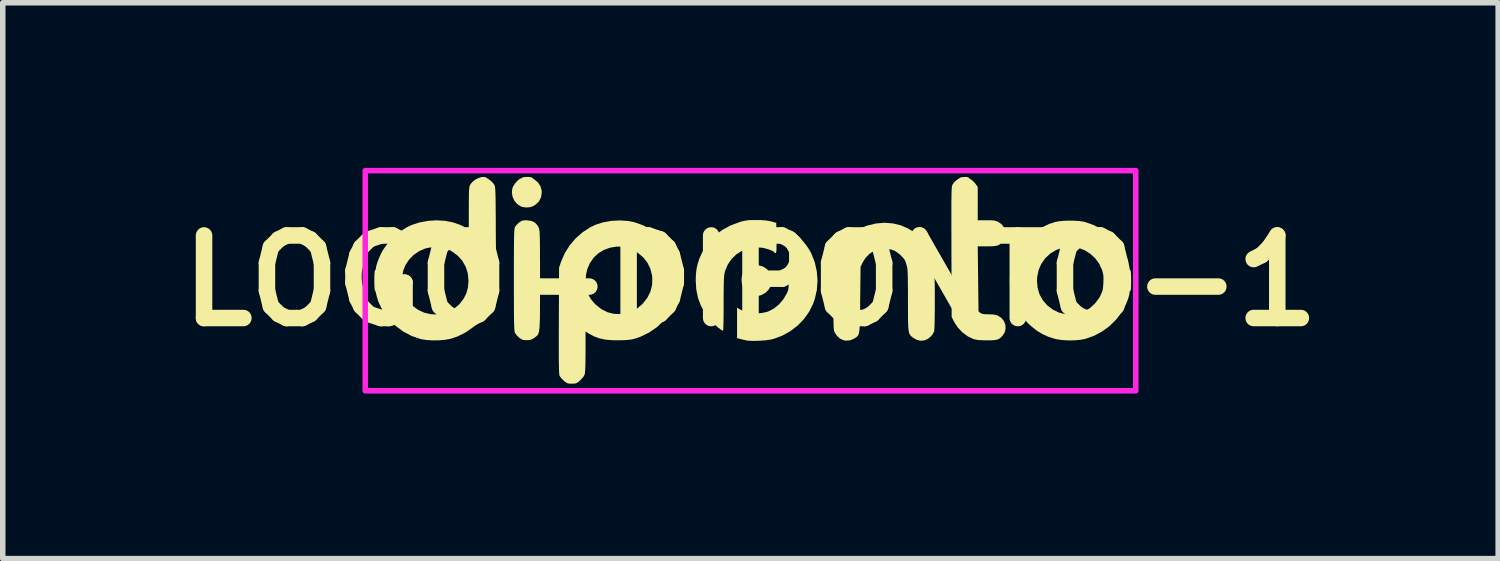
<source format=kicad_pcb>
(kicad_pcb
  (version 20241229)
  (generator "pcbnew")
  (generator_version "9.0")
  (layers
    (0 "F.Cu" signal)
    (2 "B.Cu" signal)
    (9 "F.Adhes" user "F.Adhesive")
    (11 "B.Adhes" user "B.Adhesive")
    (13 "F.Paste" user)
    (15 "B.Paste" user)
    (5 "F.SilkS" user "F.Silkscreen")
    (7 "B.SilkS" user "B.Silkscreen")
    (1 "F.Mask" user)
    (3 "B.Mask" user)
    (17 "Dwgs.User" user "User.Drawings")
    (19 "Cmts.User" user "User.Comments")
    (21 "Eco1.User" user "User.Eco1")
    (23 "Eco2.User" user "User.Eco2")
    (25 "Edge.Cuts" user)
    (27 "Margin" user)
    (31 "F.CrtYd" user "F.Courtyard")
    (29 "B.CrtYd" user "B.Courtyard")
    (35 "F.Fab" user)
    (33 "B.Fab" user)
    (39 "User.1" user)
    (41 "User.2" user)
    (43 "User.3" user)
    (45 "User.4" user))
  (footprint "LOGO-DIPONTO-1"
    (layer "F.Cu")
    (at 10.586 2.05)
    (property "Reference" "LOGO-DIPONTO-1" (at 0 0 0) (layer "F.SilkS") (effects (font (size 1.5 1.5) (thickness 0.3))))
    (attr board_only exclude_from_pos_files exclude_from_bom)
    (fp_poly (pts (xy 0.216 -0.261) (xy 0.238 -0.251) (xy 0.304 -0.206) (xy 0.35 -0.145) (xy 0.38 -0.066) (xy 0.387 0.014) (xy 0.369 0.091) (xy 0.331 0.161) (xy 0.275 0.218) (xy 0.204 0.258) (xy 0.185 0.265) (xy 0.141 0.277) (xy 0.111 0.282) (xy 0.085 0.28) (xy 0.049 0.272) (xy 0.047 0.272) (xy -0.034 0.241) (xy -0.096 0.191) (xy -0.137 0.124) (xy -0.158 0.039) (xy -0.16 0.014) (xy -0.161 -0.045) (xy -0.155 -0.089) (xy -0.139 -0.129) (xy -0.138 -0.13) (xy -0.088 -0.202) (xy -0.023 -0.252) (xy 0.052 -0.279) (xy 0.133 -0.283)) (stroke (width 0) (type solid)) (fill yes) (layer "F.SilkS"))
    (fp_poly (pts (xy -4.025 -1.884) (xy -3.991 -1.881) (xy -3.972 -1.876) (xy -3.971 -1.874) (xy -3.958 -1.861) (xy -3.929 -1.841) (xy -3.916 -1.832) (xy -3.857 -1.781) (xy -3.815 -1.713) (xy -3.794 -1.634) (xy -3.793 -1.602) (xy -3.805 -1.517) (xy -3.841 -1.444) (xy -3.901 -1.385) (xy -3.956 -1.351) (xy -4.009 -1.335) (xy -4.074 -1.33) (xy -4.137 -1.338) (xy -4.17 -1.348) (xy -4.239 -1.393) (xy -4.291 -1.455) (xy -4.324 -1.529) (xy -4.336 -1.61) (xy -4.326 -1.68) (xy -4.309 -1.719) (xy -4.281 -1.762) (xy -4.246 -1.804) (xy -4.21 -1.837) (xy -4.18 -1.856) (xy -4.17 -1.858) (xy -4.152 -1.865) (xy -4.15 -1.871) (xy -4.138 -1.878) (xy -4.107 -1.883) (xy -4.067 -1.885)) (stroke (width 0) (type solid)) (fill yes) (layer "F.SilkS"))
    (fp_poly (pts (xy 0.726 -0.917) (xy 0.776 -0.889) (xy 0.835 -0.841) (xy 0.899 -0.779) (xy 0.962 -0.708) (xy 1.022 -0.631) (xy 1.073 -0.554) (xy 1.105 -0.495) (xy 1.168 -0.335) (xy 1.205 -0.168) (xy 1.218 0.002) (xy 1.205 0.171) (xy 1.167 0.337) (xy 1.139 0.417) (xy 1.066 0.564) (xy 0.971 0.697) (xy 0.856 0.816) (xy 0.724 0.917) (xy 0.578 0.998) (xy 0.42 1.057) (xy 0.393 1.064) (xy 0.337 1.075) (xy 0.264 1.084) (xy 0.182 1.09) (xy 0.098 1.093) (xy 0.02 1.093) (xy -0.044 1.09) (xy -0.076 1.085) (xy -0.128 1.073) (xy -0.182 1.06) (xy -0.188 1.058) (xy -0.244 1.043) (xy -0.244 0.765) (xy -0.244 0.488) (xy -0.193 0.521) (xy -0.111 0.561) (xy -0.013 0.586) (xy 0.094 0.595) (xy 0.202 0.588) (xy 0.303 0.566) (xy 0.325 0.558) (xy 0.427 0.505) (xy 0.519 0.43) (xy 0.599 0.335) (xy 0.663 0.225) (xy 0.672 0.203) (xy 0.679 0.186) (xy 0.684 0.167) (xy 0.689 0.142) (xy 0.692 0.109) (xy 0.695 0.066) (xy 0.697 0.009) (xy 0.699 -0.064) (xy 0.7 -0.156) (xy 0.702 -0.27) (xy 0.703 -0.391) (xy 0.704 -0.527) (xy 0.705 -0.639) (xy 0.706 -0.728) (xy 0.708 -0.797) (xy 0.71 -0.847) (xy 0.713 -0.883) (xy 0.716 -0.904) (xy 0.72 -0.915) (xy 0.725 -0.917)) (stroke (width 0) (type solid)) (fill yes) (layer "F.SilkS"))
    (fp_poly (pts (xy 0.197 -1.101) (xy 0.272 -1.095) (xy 0.335 -1.086) (xy 0.373 -1.077) (xy 0.468 -1.051) (xy 0.472 -0.776) (xy 0.473 -0.682) (xy 0.473 -0.612) (xy 0.472 -0.563) (xy 0.469 -0.53) (xy 0.465 -0.511) (xy 0.46 -0.503) (xy 0.455 -0.502) (xy 0.436 -0.508) (xy 0.434 -0.513) (xy 0.422 -0.528) (xy 0.389 -0.546) (xy 0.341 -0.565) (xy 0.286 -0.582) (xy 0.227 -0.596) (xy 0.203 -0.6) (xy 0.077 -0.605) (xy -0.043 -0.586) (xy -0.155 -0.543) (xy -0.256 -0.479) (xy -0.342 -0.397) (xy -0.411 -0.297) (xy -0.46 -0.182) (xy -0.467 -0.156) (xy -0.473 -0.129) (xy -0.478 -0.095) (xy -0.481 -0.052) (xy -0.484 0.004) (xy -0.486 0.076) (xy -0.487 0.166) (xy -0.488 0.277) (xy -0.488 0.413) (xy -0.488 0.416) (xy -0.488 0.529) (xy -0.489 0.632) (xy -0.49 0.724) (xy -0.492 0.8) (xy -0.494 0.858) (xy -0.496 0.895) (xy -0.498 0.909) (xy -0.516 0.902) (xy -0.544 0.885) (xy -0.547 0.883) (xy -0.596 0.845) (xy -0.653 0.792) (xy -0.712 0.731) (xy -0.768 0.667) (xy -0.813 0.609) (xy -0.821 0.597) (xy -0.9 0.456) (xy -0.954 0.312) (xy -0.985 0.16) (xy -0.995 0) (xy -0.992 -0.113) (xy -0.981 -0.21) (xy -0.961 -0.301) (xy -0.93 -0.398) (xy -0.92 -0.422) (xy -0.849 -0.573) (xy -0.755 -0.708) (xy -0.642 -0.825) (xy -0.508 -0.925) (xy -0.355 -1.007) (xy -0.194 -1.066) (xy -0.138 -1.082) (xy -0.088 -1.092) (xy -0.036 -1.099) (xy 0.026 -1.102) (xy 0.102 -1.102)) (stroke (width 0) (type solid)) (fill yes) (layer "F.SilkS"))
    (fp_poly (pts (xy -4.051 -1.096) (xy -3.974 -1.084) (xy -3.916 -1.055) (xy -3.872 -1.007) (xy -3.853 -0.972) (xy -3.847 -0.96) (xy -3.842 -0.947) (xy -3.838 -0.931) (xy -3.835 -0.911) (xy -3.832 -0.884) (xy -3.83 -0.847) (xy -3.828 -0.8) (xy -3.827 -0.74) (xy -3.826 -0.664) (xy -3.825 -0.572) (xy -3.825 -0.461) (xy -3.824 -0.328) (xy -3.824 -0.172) (xy -3.824 -0.006) (xy -3.824 0.179) (xy -3.824 0.338) (xy -3.825 0.474) (xy -3.825 0.59) (xy -3.826 0.685) (xy -3.829 0.764) (xy -3.832 0.828) (xy -3.836 0.878) (xy -3.842 0.918) (xy -3.849 0.948) (xy -3.858 0.97) (xy -3.868 0.988) (xy -3.881 1.002) (xy -3.897 1.015) (xy -3.914 1.029) (xy -3.922 1.035) (xy -3.967 1.064) (xy -4.016 1.078) (xy -4.044 1.08) (xy -4.093 1.08) (xy -4.135 1.075) (xy -4.15 1.07) (xy -4.195 1.042) (xy -4.241 0.999) (xy -4.276 0.953) (xy -4.28 0.947) (xy -4.284 0.935) (xy -4.287 0.917) (xy -4.29 0.888) (xy -4.292 0.849) (xy -4.294 0.796) (xy -4.296 0.728) (xy -4.297 0.644) (xy -4.298 0.541) (xy -4.298 0.417) (xy -4.299 0.271) (xy -4.299 0.101) (xy -4.299 -0.016) (xy -4.299 -0.197) (xy -4.299 -0.353) (xy -4.298 -0.486) (xy -4.298 -0.598) (xy -4.297 -0.691) (xy -4.296 -0.766) (xy -4.295 -0.826) (xy -4.293 -0.873) (xy -4.291 -0.909) (xy -4.288 -0.935) (xy -4.285 -0.954) (xy -4.281 -0.968) (xy -4.277 -0.978) (xy -4.272 -0.986) (xy -4.244 -1.021) (xy -4.205 -1.056) (xy -4.191 -1.066) (xy -4.157 -1.086) (xy -4.125 -1.096) (xy -4.084 -1.098)) (stroke (width 0) (type solid)) (fill yes) (layer "F.SilkS"))
    (fp_poly (pts (xy 3.936 -1.883) (xy 3.957 -1.878) (xy 3.96 -1.875) (xy 3.971 -1.862) (xy 3.997 -1.844) (xy 4.004 -1.84) (xy 4.039 -1.814) (xy 4.075 -1.777) (xy 4.089 -1.759) (xy 4.129 -1.702) (xy 4.129 -1.4) (xy 4.129 -1.098) (xy 4.284 -1.098) (xy 4.357 -1.098) (xy 4.409 -1.095) (xy 4.448 -1.088) (xy 4.48 -1.078) (xy 4.498 -1.07) (xy 4.561 -1.026) (xy 4.606 -0.969) (xy 4.63 -0.902) (xy 4.634 -0.832) (xy 4.615 -0.764) (xy 4.581 -0.711) (xy 4.548 -0.677) (xy 4.517 -0.653) (xy 4.48 -0.637) (xy 4.433 -0.629) (xy 4.37 -0.625) (xy 4.296 -0.624) (xy 4.129 -0.624) (xy 4.136 -0.033) (xy 4.143 0.558) (xy 4.175 0.584) (xy 4.197 0.598) (xy 4.227 0.606) (xy 4.271 0.61) (xy 4.324 0.611) (xy 4.4 0.613) (xy 4.456 0.622) (xy 4.497 0.636) (xy 4.56 0.678) (xy 4.605 0.735) (xy 4.631 0.801) (xy 4.635 0.871) (xy 4.618 0.94) (xy 4.581 0.998) (xy 4.549 1.031) (xy 4.518 1.055) (xy 4.483 1.07) (xy 4.438 1.079) (xy 4.377 1.083) (xy 4.294 1.084) (xy 4.289 1.084) (xy 4.204 1.082) (xy 4.14 1.078) (xy 4.09 1.07) (xy 4.048 1.059) (xy 4.045 1.058) (xy 3.944 1.009) (xy 3.849 0.938) (xy 3.766 0.85) (xy 3.701 0.751) (xy 3.693 0.735) (xy 3.655 0.658) (xy 3.651 -0.522) (xy 3.651 -0.728) (xy 3.65 -0.909) (xy 3.65 -1.066) (xy 3.65 -1.202) (xy 3.65 -1.317) (xy 3.65 -1.414) (xy 3.651 -1.494) (xy 3.652 -1.559) (xy 3.653 -1.611) (xy 3.655 -1.652) (xy 3.657 -1.683) (xy 3.66 -1.706) (xy 3.663 -1.723) (xy 3.667 -1.736) (xy 3.671 -1.745) (xy 3.673 -1.749) (xy 3.702 -1.789) (xy 3.74 -1.824) (xy 3.744 -1.827) (xy 3.778 -1.85) (xy 3.803 -1.868) (xy 3.807 -1.871) (xy 3.827 -1.879) (xy 3.862 -1.883) (xy 3.901 -1.885)) (stroke (width 0) (type solid)) (fill yes) (layer "F.SilkS"))
    (fp_poly (pts (xy 5.876 -1.09) (xy 5.966 -1.085) (xy 6.041 -1.075) (xy 6.069 -1.069) (xy 6.24 -1.009) (xy 6.395 -0.928) (xy 6.533 -0.826) (xy 6.654 -0.703) (xy 6.755 -0.563) (xy 6.789 -0.502) (xy 6.821 -0.433) (xy 6.85 -0.362) (xy 6.873 -0.295) (xy 6.886 -0.241) (xy 6.889 -0.216) (xy 6.895 -0.195) (xy 6.903 -0.19) (xy 6.908 -0.177) (xy 6.913 -0.139) (xy 6.915 -0.079) (xy 6.916 -0.000026) (xy 6.916 0.001) (xy 6.915 0.084) (xy 6.913 0.142) (xy 6.908 0.175) (xy 6.903 0.183) (xy 6.892 0.188) (xy 6.889 0.206) (xy 6.881 0.261) (xy 6.86 0.332) (xy 6.829 0.412) (xy 6.79 0.494) (xy 6.745 0.572) (xy 6.743 0.576) (xy 6.641 0.71) (xy 6.52 0.828) (xy 6.383 0.927) (xy 6.234 1.005) (xy 6.077 1.059) (xy 5.987 1.075) (xy 5.881 1.084) (xy 5.769 1.085) (xy 5.659 1.078) (xy 5.562 1.064) (xy 5.533 1.057) (xy 5.412 1.019) (xy 5.304 0.97) (xy 5.2 0.906) (xy 5.096 0.823) (xy 5.049 0.781) (xy 4.937 0.659) (xy 4.847 0.524) (xy 4.779 0.378) (xy 4.734 0.223) (xy 4.713 0.063) (xy 4.713 0) (xy 5.205 0) (xy 5.217 0.131) (xy 5.252 0.25) (xy 5.313 0.357) (xy 5.392 0.448) (xy 5.494 0.526) (xy 5.606 0.58) (xy 5.727 0.609) (xy 5.854 0.613) (xy 5.973 0.594) (xy 6.075 0.555) (xy 6.172 0.494) (xy 6.259 0.414) (xy 6.331 0.32) (xy 6.36 0.267) (xy 6.381 0.22) (xy 6.396 0.18) (xy 6.404 0.137) (xy 6.409 0.083) (xy 6.412 0.035) (xy 6.414 -0.035) (xy 6.412 -0.088) (xy 6.406 -0.132) (xy 6.393 -0.178) (xy 6.388 -0.195) (xy 6.338 -0.305) (xy 6.266 -0.404) (xy 6.176 -0.487) (xy 6.074 -0.552) (xy 5.99 -0.585) (xy 5.881 -0.607) (xy 5.767 -0.609) (xy 5.657 -0.594) (xy 5.558 -0.56) (xy 5.447 -0.493) (xy 5.356 -0.408) (xy 5.284 -0.307) (xy 5.235 -0.193) (xy 5.209 -0.067) (xy 5.205 0) (xy 4.713 0) (xy 4.715 -0.099) (xy 4.741 -0.261) (xy 4.792 -0.419) (xy 4.837 -0.518) (xy 4.919 -0.647) (xy 5.022 -0.765) (xy 5.144 -0.871) (xy 5.279 -0.96) (xy 5.423 -1.03) (xy 5.533 -1.066) (xy 5.6 -1.079) (xy 5.685 -1.088) (xy 5.78 -1.091)) (stroke (width 0) (type solid)) (fill yes) (layer "F.SilkS"))
    (fp_poly (pts (xy 2.585 -1.041) (xy 2.731 -1.006) (xy 2.867 -0.947) (xy 2.992 -0.866) (xy 3.104 -0.764) (xy 3.2 -0.642) (xy 3.227 -0.598) (xy 3.276 -0.503) (xy 3.31 -0.406) (xy 3.334 -0.296) (xy 3.335 -0.285) (xy 3.339 -0.249) (xy 3.342 -0.191) (xy 3.344 -0.114) (xy 3.346 -0.022) (xy 3.348 0.08) (xy 3.349 0.191) (xy 3.349 0.305) (xy 3.349 0.419) (xy 3.349 0.531) (xy 3.347 0.635) (xy 3.346 0.729) (xy 3.344 0.809) (xy 3.341 0.871) (xy 3.338 0.912) (xy 3.336 0.924) (xy 3.31 0.974) (xy 3.267 1.022) (xy 3.213 1.062) (xy 3.161 1.085) (xy 3.087 1.091) (xy 3.012 1.07) (xy 2.952 1.034) (xy 2.931 1.018) (xy 2.913 1.002) (xy 2.899 0.984) (xy 2.887 0.963) (xy 2.878 0.934) (xy 2.872 0.895) (xy 2.867 0.845) (xy 2.864 0.78) (xy 2.862 0.697) (xy 2.862 0.595) (xy 2.861 0.47) (xy 2.861 0.356) (xy 2.861 0.207) (xy 2.86 0.083) (xy 2.859 -0.019) (xy 2.857 -0.1) (xy 2.855 -0.163) (xy 2.851 -0.209) (xy 2.847 -0.242) (xy 2.843 -0.259) (xy 2.832 -0.297) (xy 2.825 -0.323) (xy 2.823 -0.329) (xy 2.804 -0.374) (xy 2.765 -0.425) (xy 2.713 -0.477) (xy 2.652 -0.523) (xy 2.615 -0.545) (xy 2.553 -0.567) (xy 2.477 -0.577) (xy 2.394 -0.578) (xy 2.316 -0.567) (xy 2.251 -0.546) (xy 2.249 -0.545) (xy 2.163 -0.489) (xy 2.09 -0.414) (xy 2.036 -0.328) (xy 2 -0.251) (xy 1.993 0.346) (xy 1.992 0.494) (xy 1.99 0.618) (xy 1.988 0.719) (xy 1.986 0.801) (xy 1.982 0.865) (xy 1.977 0.915) (xy 1.971 0.952) (xy 1.962 0.98) (xy 1.951 1.001) (xy 1.936 1.016) (xy 1.919 1.03) (xy 1.898 1.043) (xy 1.888 1.05) (xy 1.813 1.083) (xy 1.735 1.09) (xy 1.691 1.082) (xy 1.631 1.054) (xy 1.576 1.007) (xy 1.535 0.949) (xy 1.519 0.91) (xy 1.515 0.884) (xy 1.511 0.842) (xy 1.509 0.782) (xy 1.508 0.702) (xy 1.507 0.601) (xy 1.507 0.477) (xy 1.508 0.327) (xy 1.509 0.279) (xy 1.51 0.131) (xy 1.512 0.007) (xy 1.514 -0.096) (xy 1.517 -0.18) (xy 1.521 -0.249) (xy 1.526 -0.306) (xy 1.533 -0.353) (xy 1.542 -0.394) (xy 1.554 -0.431) (xy 1.568 -0.468) (xy 1.585 -0.507) (xy 1.593 -0.524) (xy 1.657 -0.638) (xy 1.743 -0.745) (xy 1.844 -0.842) (xy 1.956 -0.923) (xy 2.073 -0.983) (xy 2.12 -1.001) (xy 2.278 -1.039) (xy 2.433 -1.053)) (stroke (width 0) (type solid)) (fill yes) (layer "F.SilkS"))
    (fp_poly (pts (xy -2.223 -1.085) (xy -2.116 -1.064) (xy -1.958 -1.009) (xy -1.811 -0.931) (xy -1.676 -0.83) (xy -1.556 -0.71) (xy -1.455 -0.573) (xy -1.447 -0.56) (xy -1.422 -0.519) (xy -1.404 -0.487) (xy -1.397 -0.471) (xy -1.397 -0.471) (xy -1.392 -0.456) (xy -1.38 -0.425) (xy -1.374 -0.412) (xy -1.34 -0.31) (xy -1.318 -0.191) (xy -1.306 -0.062) (xy -1.306 0.07) (xy -1.319 0.197) (xy -1.342 0.31) (xy -1.399 0.463) (xy -1.48 0.604) (xy -1.582 0.733) (xy -1.703 0.846) (xy -1.841 0.941) (xy -1.994 1.016) (xy -2.045 1.035) (xy -2.097 1.052) (xy -2.142 1.064) (xy -2.189 1.072) (xy -2.244 1.078) (xy -2.316 1.081) (xy -2.353 1.082) (xy -2.5 1.082) (xy -2.627 1.072) (xy -2.737 1.05) (xy -2.835 1.015) (xy -2.926 0.968) (xy -2.933 0.963) (xy -2.997 0.923) (xy -2.997 1.285) (xy -2.998 1.389) (xy -2.999 1.484) (xy -3.001 1.566) (xy -3.004 1.633) (xy -3.008 1.678) (xy -3.011 1.698) (xy -3.036 1.747) (xy -3.085 1.801) (xy -3.094 1.81) (xy -3.132 1.843) (xy -3.161 1.861) (xy -3.191 1.869) (xy -3.232 1.871) (xy -3.246 1.871) (xy -3.295 1.87) (xy -3.328 1.862) (xy -3.359 1.844) (xy -3.392 1.818) (xy -3.429 1.782) (xy -3.458 1.746) (xy -3.47 1.726) (xy -3.474 1.71) (xy -3.476 1.679) (xy -3.479 1.633) (xy -3.48 1.568) (xy -3.482 1.485) (xy -3.483 1.381) (xy -3.483 1.256) (xy -3.483 1.107) (xy -3.483 0.935) (xy -3.482 0.736) (xy -3.482 0.725) (xy -3.479 0.021) (xy -2.996 0.021) (xy -2.979 0.143) (xy -2.939 0.264) (xy -2.922 0.298) (xy -2.897 0.338) (xy -2.859 0.385) (xy -2.816 0.432) (xy -2.809 0.438) (xy -2.706 0.519) (xy -2.596 0.574) (xy -2.478 0.603) (xy -2.354 0.606) (xy -2.252 0.589) (xy -2.149 0.556) (xy -2.059 0.505) (xy -1.974 0.434) (xy -1.953 0.412) (xy -1.872 0.307) (xy -1.817 0.195) (xy -1.787 0.076) (xy -1.784 -0.05) (xy -1.79 -0.1) (xy -1.82 -0.219) (xy -1.871 -0.324) (xy -1.946 -0.42) (xy -1.972 -0.445) (xy -2.075 -0.527) (xy -2.187 -0.584) (xy -2.306 -0.615) (xy -2.429 -0.62) (xy -2.554 -0.599) (xy -2.666 -0.558) (xy -2.767 -0.496) (xy -2.851 -0.416) (xy -2.917 -0.321) (xy -2.964 -0.214) (xy -2.99 -0.099) (xy -2.996 0.021) (xy -3.479 0.021) (xy -3.478 -0.237) (xy -3.443 -0.341) (xy -3.377 -0.495) (xy -3.288 -0.638) (xy -3.179 -0.767) (xy -3.053 -0.878) (xy -2.914 -0.969) (xy -2.816 -1.016) (xy -2.679 -1.06) (xy -2.529 -1.087) (xy -2.374 -1.095)) (stroke (width 0) (type solid)) (fill yes) (layer "F.SilkS"))
    (fp_poly (pts (xy -4.799 -1.873) (xy -4.797 -1.871) (xy -4.775 -1.855) (xy -4.742 -1.833) (xy -4.734 -1.827) (xy -4.695 -1.794) (xy -4.662 -1.754) (xy -4.659 -1.749) (xy -4.653 -1.739) (xy -4.649 -1.728) (xy -4.644 -1.713) (xy -4.641 -1.692) (xy -4.638 -1.665) (xy -4.636 -1.627) (xy -4.634 -1.578) (xy -4.632 -1.516) (xy -4.631 -1.437) (xy -4.63 -1.341) (xy -4.629 -1.225) (xy -4.628 -1.086) (xy -4.628 -0.924) (xy -4.627 -0.841) (xy -4.626 -0.65) (xy -4.626 -0.484) (xy -4.626 -0.34) (xy -4.627 -0.217) (xy -4.628 -0.112) (xy -4.631 -0.024) (xy -4.634 0.051) (xy -4.639 0.114) (xy -4.644 0.168) (xy -4.651 0.215) (xy -4.66 0.257) (xy -4.67 0.296) (xy -4.682 0.335) (xy -4.691 0.363) (xy -4.743 0.489) (xy -4.807 0.599) (xy -4.891 0.704) (xy -4.902 0.716) (xy -5.033 0.839) (xy -5.174 0.939) (xy -5.324 1.014) (xy -5.457 1.058) (xy -5.548 1.074) (xy -5.653 1.083) (xy -5.765 1.085) (xy -5.873 1.079) (xy -5.968 1.066) (xy -6.001 1.058) (xy -6.159 1.003) (xy -6.308 0.925) (xy -6.448 0.821) (xy -6.486 0.787) (xy -6.571 0.697) (xy -6.649 0.594) (xy -6.714 0.483) (xy -6.765 0.372) (xy -6.796 0.266) (xy -6.797 0.26) (xy -6.807 0.217) (xy -6.816 0.186) (xy -6.824 0.176) (xy -6.828 0.164) (xy -6.831 0.129) (xy -6.834 0.076) (xy -6.834 0.041) (xy -6.333 0.041) (xy -6.317 0.156) (xy -6.283 0.259) (xy -6.282 0.261) (xy -6.218 0.37) (xy -6.135 0.46) (xy -6.037 0.531) (xy -5.927 0.581) (xy -5.808 0.609) (xy -5.683 0.613) (xy -5.567 0.594) (xy -5.48 0.562) (xy -5.392 0.512) (xy -5.314 0.45) (xy -5.287 0.423) (xy -5.213 0.329) (xy -5.163 0.231) (xy -5.134 0.125) (xy -5.124 0.004) (xy -5.124 -0.007) (xy -5.137 -0.136) (xy -5.175 -0.255) (xy -5.236 -0.361) (xy -5.319 -0.454) (xy -5.423 -0.531) (xy -5.474 -0.558) (xy -5.571 -0.593) (xy -5.68 -0.609) (xy -5.793 -0.608) (xy -5.901 -0.588) (xy -5.908 -0.585) (xy -6.019 -0.538) (xy -6.119 -0.469) (xy -6.204 -0.382) (xy -6.27 -0.281) (xy -6.307 -0.189) (xy -6.33 -0.077) (xy -6.333 0.041) (xy -6.834 0.041) (xy -6.835 0.012) (xy -6.835 -0.007) (xy -6.834 -0.084) (xy -6.831 -0.142) (xy -6.827 -0.178) (xy -6.821 -0.19) (xy -6.81 -0.201) (xy -6.808 -0.216) (xy -6.801 -0.259) (xy -6.784 -0.319) (xy -6.759 -0.388) (xy -6.728 -0.46) (xy -6.694 -0.528) (xy -6.672 -0.566) (xy -6.586 -0.685) (xy -6.483 -0.795) (xy -6.367 -0.892) (xy -6.246 -0.97) (xy -6.157 -1.012) (xy -6.012 -1.059) (xy -5.86 -1.087) (xy -5.705 -1.097) (xy -5.553 -1.088) (xy -5.408 -1.06) (xy -5.276 -1.015) (xy -5.192 -0.972) (xy -5.119 -0.928) (xy -5.118 -1.317) (xy -5.118 -1.43) (xy -5.117 -1.519) (xy -5.116 -1.588) (xy -5.114 -1.64) (xy -5.111 -1.677) (xy -5.107 -1.704) (xy -5.102 -1.724) (xy -5.095 -1.74) (xy -5.087 -1.754) (xy -5.049 -1.798) (xy -5 -1.836) (xy -4.943 -1.865) (xy -4.887 -1.883) (xy -4.837 -1.886)) (stroke (width 0) (type solid)) (fill yes) (layer "F.SilkS"))
    (fp_rect (start -7 -2) (end 7 2) (stroke (width 0.1) (type default)) (fill no) (layer "F.CrtYd")))
  (gr_rect
    (start -3 -3)
    (end 24.171 7.1)
    (stroke (width 0.1) (type default))
    (fill no)
    (layer "Edge.Cuts")))
</source>
